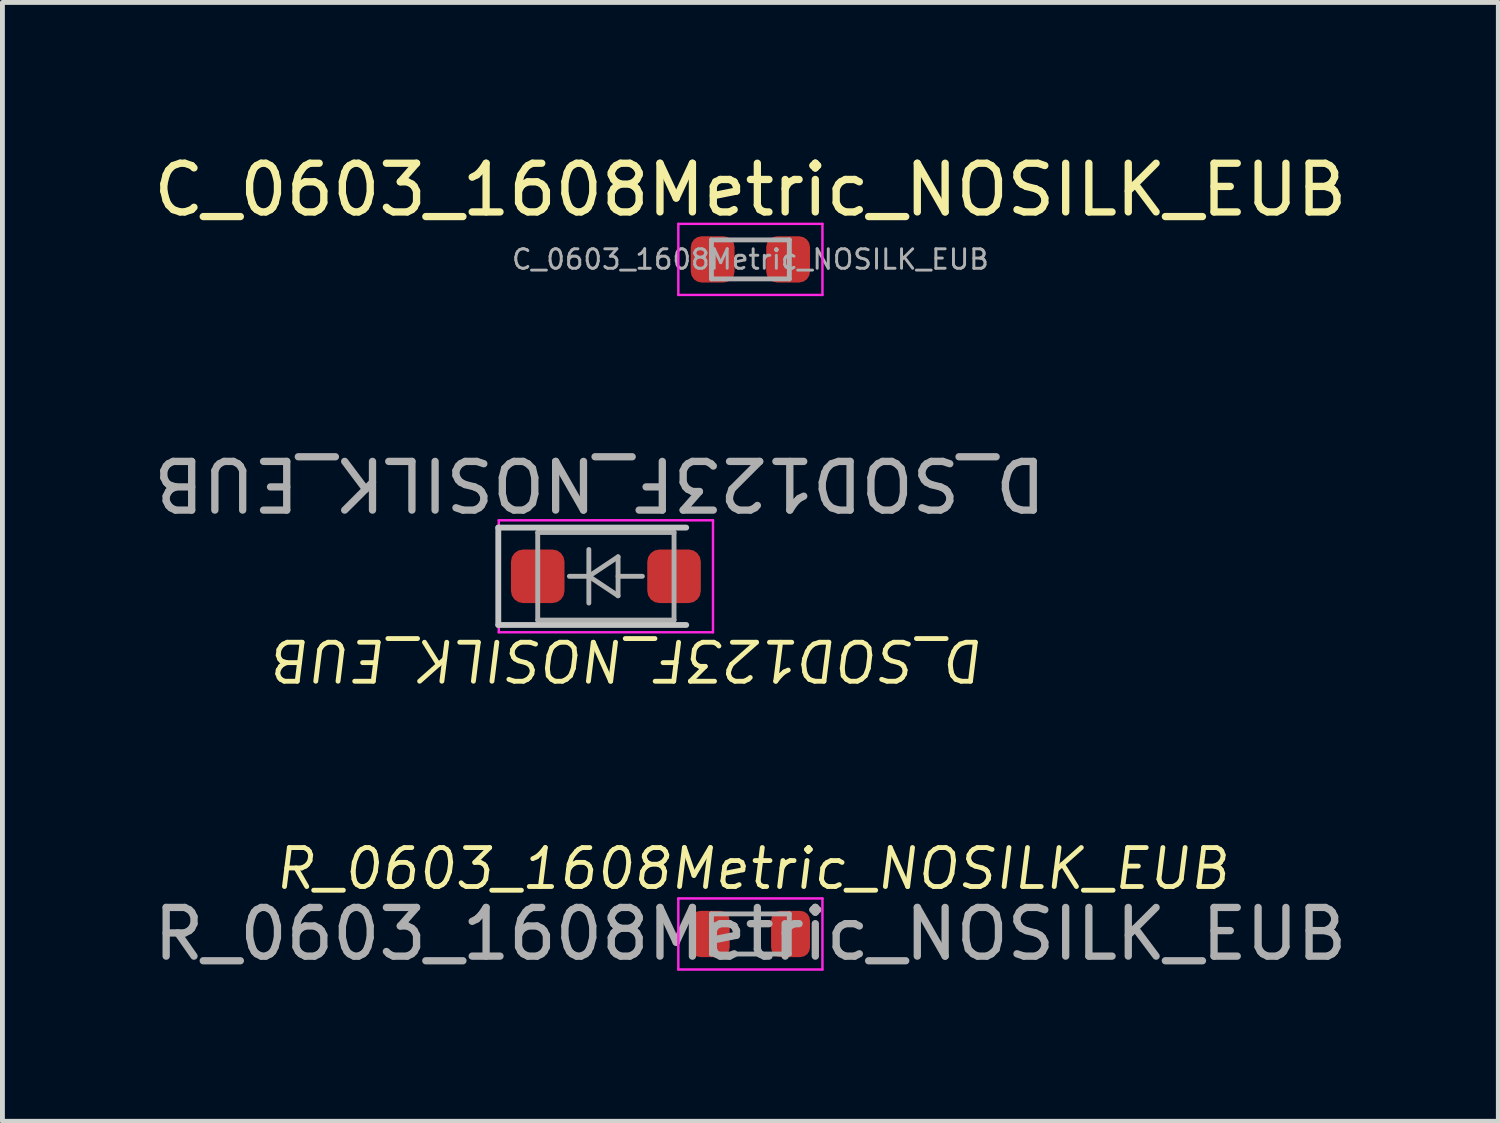
<source format=kicad_pcb>
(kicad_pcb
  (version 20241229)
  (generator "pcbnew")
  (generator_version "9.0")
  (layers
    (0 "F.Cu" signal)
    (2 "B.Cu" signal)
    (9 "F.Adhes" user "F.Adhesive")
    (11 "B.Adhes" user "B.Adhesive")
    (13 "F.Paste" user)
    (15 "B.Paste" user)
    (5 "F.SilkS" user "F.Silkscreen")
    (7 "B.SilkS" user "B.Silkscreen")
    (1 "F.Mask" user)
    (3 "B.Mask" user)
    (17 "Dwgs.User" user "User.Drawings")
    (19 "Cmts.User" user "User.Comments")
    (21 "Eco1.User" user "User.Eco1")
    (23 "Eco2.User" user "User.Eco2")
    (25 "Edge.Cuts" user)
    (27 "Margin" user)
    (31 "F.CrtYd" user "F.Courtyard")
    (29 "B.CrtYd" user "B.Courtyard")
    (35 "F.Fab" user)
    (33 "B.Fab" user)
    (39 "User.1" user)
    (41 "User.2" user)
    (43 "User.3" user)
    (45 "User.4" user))
  (footprint "D_SOD123F_NOSILK_EUB"
    (layer "F.Cu")
    (at 9.395 8.787)
    (property "Reference" "D_SOD123F_NOSILK_EUB" (at 0.46 1.72 180) (unlocked yes) (layer "F.SilkS") (effects (font (size 0.8 0.8) (thickness 0.1) (italic yes))))
    (attr smd)
    (fp_line (start -2.21 -1) (end -2.21 1) (stroke (width 0.12) (type solid)) (layer "Dwgs.User"))
    (fp_line (start -2.21 -1) (end 1.65 -1) (stroke (width 0.12) (type solid)) (layer "Dwgs.User"))
    (fp_line (start -2.21 1) (end 1.65 1) (stroke (width 0.12) (type solid)) (layer "Dwgs.User"))
    (fp_line (start -2.2 -1.15) (end -2.2 1.15) (stroke (width 0.05) (type solid)) (layer "F.CrtYd"))
    (fp_line (start -2.2 -1.15) (end 2.2 -1.15) (stroke (width 0.05) (type solid)) (layer "F.CrtYd"))
    (fp_line (start 2.2 -1.15) (end 2.2 1.15) (stroke (width 0.05) (type solid)) (layer "F.CrtYd"))
    (fp_line (start 2.2 1.15) (end -2.2 1.15) (stroke (width 0.05) (type solid)) (layer "F.CrtYd"))
    (fp_line (start -1.4 -0.9) (end 1.4 -0.9) (stroke (width 0.1) (type solid)) (layer "F.Fab"))
    (fp_line (start -1.4 0.9) (end -1.4 -0.9) (stroke (width 0.1) (type solid)) (layer "F.Fab"))
    (fp_line (start -0.75 0) (end -0.35 0) (stroke (width 0.1) (type solid)) (layer "F.Fab"))
    (fp_line (start -0.35 0) (end -0.35 -0.55) (stroke (width 0.1) (type solid)) (layer "F.Fab"))
    (fp_line (start -0.35 0) (end -0.35 0.55) (stroke (width 0.1) (type solid)) (layer "F.Fab"))
    (fp_line (start -0.35 0) (end 0.25 -0.4) (stroke (width 0.1) (type solid)) (layer "F.Fab"))
    (fp_line (start 0.25 -0.4) (end 0.25 0.4) (stroke (width 0.1) (type solid)) (layer "F.Fab"))
    (fp_line (start 0.25 0) (end 0.75 0) (stroke (width 0.1) (type solid)) (layer "F.Fab"))
    (fp_line (start 0.25 0.4) (end -0.35 0) (stroke (width 0.1) (type solid)) (layer "F.Fab"))
    (fp_line (start 1.4 -0.9) (end 1.4 0.9) (stroke (width 0.1) (type solid)) (layer "F.Fab"))
    (fp_line (start 1.4 0.9) (end -1.4 0.9) (stroke (width 0.1) (type solid)) (layer "F.Fab"))
    (fp_text user "${REFERENCE}" (at -0.127 -1.905 180) (unlocked yes) (layer "F.Fab") (effects (font (size 1 1) (thickness 0.15))))
    (pad "1" smd roundrect (at -1.4 0) (size 1.1 1.1) (layers "F.Cu" "F.Mask" "F.Paste") (roundrect_rratio 0.227))
    (pad "2" smd roundrect (at 1.4 0) (size 1.1 1.1) (layers "F.Cu" "F.Mask" "F.Paste") (roundrect_rratio 0.227)))
  (footprint "C_0603_1608Metric_NOSILK_EUB"
    (layer "F.Cu")
    (at 12.363 2.278)
    (property "Reference" "C_0603_1608Metric_NOSILK_EUB" (at 0 -1.43 0) (layer "F.SilkS") (effects (font (size 1 1) (thickness 0.15))))
    (attr smd)
    (fp_line (start -1.48 -0.73) (end 1.48 -0.73) (stroke (width 0.05) (type solid)) (layer "F.CrtYd"))
    (fp_line (start -1.48 0.73) (end -1.48 -0.73) (stroke (width 0.05) (type solid)) (layer "F.CrtYd"))
    (fp_line (start 1.48 -0.73) (end 1.48 0.73) (stroke (width 0.05) (type solid)) (layer "F.CrtYd"))
    (fp_line (start 1.48 0.73) (end -1.48 0.73) (stroke (width 0.05) (type solid)) (layer "F.CrtYd"))
    (fp_line (start -0.8 -0.4) (end 0.8 -0.4) (stroke (width 0.1) (type solid)) (layer "F.Fab"))
    (fp_line (start -0.8 0.4) (end -0.8 -0.4) (stroke (width 0.1) (type solid)) (layer "F.Fab"))
    (fp_line (start 0.8 -0.4) (end 0.8 0.4) (stroke (width 0.1) (type solid)) (layer "F.Fab"))
    (fp_line (start 0.8 0.4) (end -0.8 0.4) (stroke (width 0.1) (type solid)) (layer "F.Fab"))
    (fp_text user "${REFERENCE}" (at 0 0 0) (layer "F.Fab") (effects (font (size 0.4 0.4) (thickness 0.06))))
    (pad "1" smd roundrect (at -0.775 0) (size 0.9 0.95) (layers "F.Cu" "F.Mask" "F.Paste") (roundrect_rratio 0.25))
    (pad "2" smd roundrect (at 0.775 0) (size 0.9 0.95) (layers "F.Cu" "F.Mask" "F.Paste") (roundrect_rratio 0.25)))
  (footprint "R_0603_1608Metric_NOSILK_EUB"
    (layer "F.Cu")
    (at 12.363 16.134)
    (property "Reference" "R_0603_1608Metric_NOSILK_EUB" (at 0.035 -1.34 0) (unlocked yes) (layer "F.SilkS") (effects (font (size 0.8 0.8) (thickness 0.1) (italic yes))))
    (attr smd)
    (fp_line (start -1.48 -0.73) (end 1.48 -0.73) (stroke (width 0.05) (type solid)) (layer "F.CrtYd"))
    (fp_line (start -1.48 0.73) (end -1.48 -0.73) (stroke (width 0.05) (type solid)) (layer "F.CrtYd"))
    (fp_line (start 1.48 -0.73) (end 1.48 0.73) (stroke (width 0.05) (type solid)) (layer "F.CrtYd"))
    (fp_line (start 1.48 0.73) (end -1.48 0.73) (stroke (width 0.05) (type solid)) (layer "F.CrtYd"))
    (fp_line (start -0.8 -0.412) (end 0.8 -0.412) (stroke (width 0.1) (type solid)) (layer "F.Fab"))
    (fp_line (start -0.8 0.412) (end -0.8 -0.412) (stroke (width 0.1) (type solid)) (layer "F.Fab"))
    (fp_line (start 0.8 -0.412) (end 0.8 0.412) (stroke (width 0.1) (type solid)) (layer "F.Fab"))
    (fp_line (start 0.8 0.412) (end -0.8 0.412) (stroke (width 0.1) (type solid)) (layer "F.Fab"))
    (fp_text user "${REFERENCE}" (at 0 0 0) (unlocked yes) (layer "F.Fab") (effects (font (size 1 1) (thickness 0.15))))
    (pad "1" smd roundrect (at -0.825 0) (size 0.8 0.95) (layers "F.Cu" "F.Mask" "F.Paste") (roundrect_rratio 0.25))
    (pad "2" smd roundrect (at 0.825 0) (size 0.8 0.95) (layers "F.Cu" "F.Mask" "F.Paste") (roundrect_rratio 0.25)))
  (gr_rect
    (start -3 -3)
    (end 27.726 19.982)
    (stroke (width 0.1) (type default))
    (fill no)
    (layer "Edge.Cuts")))
</source>
